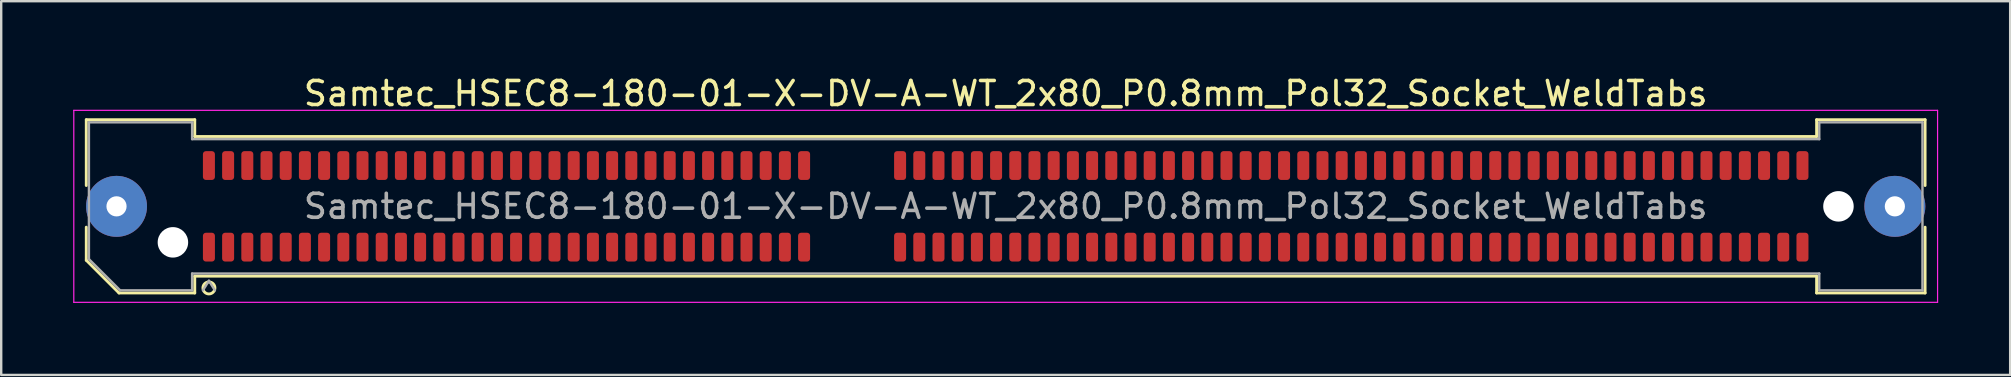
<source format=kicad_pcb>
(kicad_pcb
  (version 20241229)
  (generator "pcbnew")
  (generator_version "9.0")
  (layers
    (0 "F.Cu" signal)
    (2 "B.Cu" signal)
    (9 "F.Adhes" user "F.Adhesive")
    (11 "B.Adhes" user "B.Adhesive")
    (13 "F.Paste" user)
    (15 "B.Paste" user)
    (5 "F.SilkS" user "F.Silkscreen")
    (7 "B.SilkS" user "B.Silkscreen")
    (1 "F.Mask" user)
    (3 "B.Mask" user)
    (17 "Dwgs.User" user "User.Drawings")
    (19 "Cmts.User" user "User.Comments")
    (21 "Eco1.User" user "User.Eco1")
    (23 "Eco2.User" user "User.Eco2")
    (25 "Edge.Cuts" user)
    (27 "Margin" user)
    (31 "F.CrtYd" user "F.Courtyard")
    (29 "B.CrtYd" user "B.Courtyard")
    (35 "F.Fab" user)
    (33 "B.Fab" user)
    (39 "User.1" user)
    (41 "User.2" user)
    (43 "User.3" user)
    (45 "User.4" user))
  (footprint "Samtec_HSEC8-180-01-X-DV-A-WT_2x80_P0.8mm_Pol32_Socket_WeldTabs"
    (layer "F.Cu")
    (at 38.855 5.548)
    (property "Reference" "Samtec_HSEC8-180-01-X-DV-A-WT_2x80_P0.8mm_Pol32_Socket_WeldTabs" (at 0 -4.7 0) (layer "F.SilkS") (effects (font (size 1 1) (thickness 0.15))))
    (attr smd)
    (fp_line (start -38.31 -3.61) (end -33.79 -3.61) (stroke (width 0.12) (type solid)) (layer "F.SilkS"))
    (fp_line (start -38.31 -0.868) (end -38.31 -3.61) (stroke (width 0.12) (type solid)) (layer "F.SilkS"))
    (fp_line (start -38.31 2.246) (end -38.31 0.868) (stroke (width 0.12) (type solid)) (layer "F.SilkS"))
    (fp_line (start -36.946 3.61) (end -38.31 2.246) (stroke (width 0.12) (type solid)) (layer "F.SilkS"))
    (fp_line (start -33.79 -3.61) (end -33.79 -2.91) (stroke (width 0.12) (type solid)) (layer "F.SilkS"))
    (fp_line (start -33.79 -2.91) (end 33.79 -2.91) (stroke (width 0.12) (type solid)) (layer "F.SilkS"))
    (fp_line (start -33.79 2.91) (end -33.79 3.61) (stroke (width 0.12) (type solid)) (layer "F.SilkS"))
    (fp_line (start -33.79 3.61) (end -36.946 3.61) (stroke (width 0.12) (type solid)) (layer "F.SilkS"))
    (fp_line (start 33.79 -3.61) (end 38.31 -3.61) (stroke (width 0.12) (type solid)) (layer "F.SilkS"))
    (fp_line (start 33.79 -2.91) (end 33.79 -3.61) (stroke (width 0.12) (type solid)) (layer "F.SilkS"))
    (fp_line (start 33.79 2.91) (end -33.79 2.91) (stroke (width 0.12) (type solid)) (layer "F.SilkS"))
    (fp_line (start 33.79 3.61) (end 33.79 2.91) (stroke (width 0.12) (type solid)) (layer "F.SilkS"))
    (fp_line (start 38.31 -3.61) (end 38.31 -0.868) (stroke (width 0.12) (type solid)) (layer "F.SilkS"))
    (fp_line (start 38.31 0.868) (end 38.31 3.61) (stroke (width 0.12) (type solid)) (layer "F.SilkS"))
    (fp_line (start 38.31 3.61) (end 33.79 3.61) (stroke (width 0.12) (type solid)) (layer "F.SilkS"))
    (fp_arc (start -32.95 3.4) (mid -33.45 3.4) (end -32.95 3.4) (stroke (width 0.12) (type solid)) (layer "F.SilkS"))
    (fp_line (start -38.83 -4) (end -38.83 4) (stroke (width 0.05) (type solid)) (layer "F.CrtYd"))
    (fp_line (start -38.83 4) (end 38.83 4) (stroke (width 0.05) (type solid)) (layer "F.CrtYd"))
    (fp_line (start 38.83 -4) (end -38.83 -4) (stroke (width 0.05) (type solid)) (layer "F.CrtYd"))
    (fp_line (start 38.83 4) (end 38.83 -4) (stroke (width 0.05) (type solid)) (layer "F.CrtYd"))
    (fp_line (start -38.2 -3.5) (end -33.9 -3.5) (stroke (width 0.1) (type solid)) (layer "F.Fab"))
    (fp_line (start -38.2 2.2) (end -38.2 -3.5) (stroke (width 0.1) (type solid)) (layer "F.Fab"))
    (fp_line (start -36.9 3.5) (end -38.2 2.2) (stroke (width 0.1) (type solid)) (layer "F.Fab"))
    (fp_line (start -33.9 -3.5) (end -33.9 -2.8) (stroke (width 0.1) (type solid)) (layer "F.Fab"))
    (fp_line (start -33.9 -2.8) (end 33.9 -2.8) (stroke (width 0.1) (type solid)) (layer "F.Fab"))
    (fp_line (start -33.9 2.8) (end -33.9 3.5) (stroke (width 0.1) (type solid)) (layer "F.Fab"))
    (fp_line (start -33.9 3.5) (end -36.9 3.5) (stroke (width 0.1) (type solid)) (layer "F.Fab"))
    (fp_line (start -33.2 3.1) (end -33.45 3.5) (stroke (width 0.1) (type solid)) (layer "F.Fab"))
    (fp_line (start -33.2 3.1) (end -32.95 3.5) (stroke (width 0.1) (type solid)) (layer "F.Fab"))
    (fp_line (start 33.9 -3.5) (end 38.2 -3.5) (stroke (width 0.1) (type solid)) (layer "F.Fab"))
    (fp_line (start 33.9 -2.8) (end 33.9 -3.5) (stroke (width 0.1) (type solid)) (layer "F.Fab"))
    (fp_line (start 33.9 2.8) (end -33.9 2.8) (stroke (width 0.1) (type solid)) (layer "F.Fab"))
    (fp_line (start 33.9 3.5) (end 33.9 2.8) (stroke (width 0.1) (type solid)) (layer "F.Fab"))
    (fp_line (start 38.2 -3.5) (end 38.2 3.5) (stroke (width 0.1) (type solid)) (layer "F.Fab"))
    (fp_line (start 38.2 3.5) (end 33.9 3.5) (stroke (width 0.1) (type solid)) (layer "F.Fab"))
    (fp_text user "${REFERENCE}" (at 0 0 0) (layer "F.Fab") (effects (font (size 1 1) (thickness 0.15))))
    (pad "" thru_hole circle (at -37.05 0) (size 2.54 2.54) (drill 0.84) (layers "*.Cu" "*.Mask" "F.Paste"))
    (pad "" np_thru_hole circle (at -34.7 1.5) (size 1.27 1.27) (drill 1.27) (layers "*.Cu" "*.Mask"))
    (pad "" np_thru_hole circle (at 34.7 0) (size 1.27 1.27) (drill 1.27) (layers "*.Cu" "*.Mask"))
    (pad "" thru_hole circle (at 37.05 0) (size 2.54 2.54) (drill 0.84) (layers "*.Cu" "*.Mask" "F.Paste"))
    (pad "1" smd roundrect (at -33.2 1.7) (size 0.5 1.2) (layers "F.Cu" "F.Mask" "F.Paste") (roundrect_rratio 0.25))
    (pad "2" smd roundrect (at -33.2 -1.7) (size 0.5 1.2) (layers "F.Cu" "F.Mask" "F.Paste") (roundrect_rratio 0.25))
    (pad "3" smd roundrect (at -32.4 1.7) (size 0.5 1.2) (layers "F.Cu" "F.Mask" "F.Paste") (roundrect_rratio 0.25))
    (pad "4" smd roundrect (at -32.4 -1.7) (size 0.5 1.2) (layers "F.Cu" "F.Mask" "F.Paste") (roundrect_rratio 0.25))
    (pad "5" smd roundrect (at -31.6 1.7) (size 0.5 1.2) (layers "F.Cu" "F.Mask" "F.Paste") (roundrect_rratio 0.25))
    (pad "6" smd roundrect (at -31.6 -1.7) (size 0.5 1.2) (layers "F.Cu" "F.Mask" "F.Paste") (roundrect_rratio 0.25))
    (pad "7" smd roundrect (at -30.8 1.7) (size 0.5 1.2) (layers "F.Cu" "F.Mask" "F.Paste") (roundrect_rratio 0.25))
    (pad "8" smd roundrect (at -30.8 -1.7) (size 0.5 1.2) (layers "F.Cu" "F.Mask" "F.Paste") (roundrect_rratio 0.25))
    (pad "9" smd roundrect (at -30 1.7) (size 0.5 1.2) (layers "F.Cu" "F.Mask" "F.Paste") (roundrect_rratio 0.25))
    (pad "10" smd roundrect (at -30 -1.7) (size 0.5 1.2) (layers "F.Cu" "F.Mask" "F.Paste") (roundrect_rratio 0.25))
    (pad "11" smd roundrect (at -29.2 1.7) (size 0.5 1.2) (layers "F.Cu" "F.Mask" "F.Paste") (roundrect_rratio 0.25))
    (pad "12" smd roundrect (at -29.2 -1.7) (size 0.5 1.2) (layers "F.Cu" "F.Mask" "F.Paste") (roundrect_rratio 0.25))
    (pad "13" smd roundrect (at -28.4 1.7) (size 0.5 1.2) (layers "F.Cu" "F.Mask" "F.Paste") (roundrect_rratio 0.25))
    (pad "14" smd roundrect (at -28.4 -1.7) (size 0.5 1.2) (layers "F.Cu" "F.Mask" "F.Paste") (roundrect_rratio 0.25))
    (pad "15" smd roundrect (at -27.6 1.7) (size 0.5 1.2) (layers "F.Cu" "F.Mask" "F.Paste") (roundrect_rratio 0.25))
    (pad "16" smd roundrect (at -27.6 -1.7) (size 0.5 1.2) (layers "F.Cu" "F.Mask" "F.Paste") (roundrect_rratio 0.25))
    (pad "17" smd roundrect (at -26.8 1.7) (size 0.5 1.2) (layers "F.Cu" "F.Mask" "F.Paste") (roundrect_rratio 0.25))
    (pad "18" smd roundrect (at -26.8 -1.7) (size 0.5 1.2) (layers "F.Cu" "F.Mask" "F.Paste") (roundrect_rratio 0.25))
    (pad "19" smd roundrect (at -26 1.7) (size 0.5 1.2) (layers "F.Cu" "F.Mask" "F.Paste") (roundrect_rratio 0.25))
    (pad "20" smd roundrect (at -26 -1.7) (size 0.5 1.2) (layers "F.Cu" "F.Mask" "F.Paste") (roundrect_rratio 0.25))
    (pad "21" smd roundrect (at -25.2 1.7) (size 0.5 1.2) (layers "F.Cu" "F.Mask" "F.Paste") (roundrect_rratio 0.25))
    (pad "22" smd roundrect (at -25.2 -1.7) (size 0.5 1.2) (layers "F.Cu" "F.Mask" "F.Paste") (roundrect_rratio 0.25))
    (pad "23" smd roundrect (at -24.4 1.7) (size 0.5 1.2) (layers "F.Cu" "F.Mask" "F.Paste") (roundrect_rratio 0.25))
    (pad "24" smd roundrect (at -24.4 -1.7) (size 0.5 1.2) (layers "F.Cu" "F.Mask" "F.Paste") (roundrect_rratio 0.25))
    (pad "25" smd roundrect (at -23.6 1.7) (size 0.5 1.2) (layers "F.Cu" "F.Mask" "F.Paste") (roundrect_rratio 0.25))
    (pad "26" smd roundrect (at -23.6 -1.7) (size 0.5 1.2) (layers "F.Cu" "F.Mask" "F.Paste") (roundrect_rratio 0.25))
    (pad "27" smd roundrect (at -22.8 1.7) (size 0.5 1.2) (layers "F.Cu" "F.Mask" "F.Paste") (roundrect_rratio 0.25))
    (pad "28" smd roundrect (at -22.8 -1.7) (size 0.5 1.2) (layers "F.Cu" "F.Mask" "F.Paste") (roundrect_rratio 0.25))
    (pad "29" smd roundrect (at -22 1.7) (size 0.5 1.2) (layers "F.Cu" "F.Mask" "F.Paste") (roundrect_rratio 0.25))
    (pad "30" smd roundrect (at -22 -1.7) (size 0.5 1.2) (layers "F.Cu" "F.Mask" "F.Paste") (roundrect_rratio 0.25))
    (pad "31" smd roundrect (at -21.2 1.7) (size 0.5 1.2) (layers "F.Cu" "F.Mask" "F.Paste") (roundrect_rratio 0.25))
    (pad "32" smd roundrect (at -21.2 -1.7) (size 0.5 1.2) (layers "F.Cu" "F.Mask" "F.Paste") (roundrect_rratio 0.25))
    (pad "33" smd roundrect (at -20.4 1.7) (size 0.5 1.2) (layers "F.Cu" "F.Mask" "F.Paste") (roundrect_rratio 0.25))
    (pad "34" smd roundrect (at -20.4 -1.7) (size 0.5 1.2) (layers "F.Cu" "F.Mask" "F.Paste") (roundrect_rratio 0.25))
    (pad "35" smd roundrect (at -19.6 1.7) (size 0.5 1.2) (layers "F.Cu" "F.Mask" "F.Paste") (roundrect_rratio 0.25))
    (pad "36" smd roundrect (at -19.6 -1.7) (size 0.5 1.2) (layers "F.Cu" "F.Mask" "F.Paste") (roundrect_rratio 0.25))
    (pad "37" smd roundrect (at -18.8 1.7) (size 0.5 1.2) (layers "F.Cu" "F.Mask" "F.Paste") (roundrect_rratio 0.25))
    (pad "38" smd roundrect (at -18.8 -1.7) (size 0.5 1.2) (layers "F.Cu" "F.Mask" "F.Paste") (roundrect_rratio 0.25))
    (pad "39" smd roundrect (at -18 1.7) (size 0.5 1.2) (layers "F.Cu" "F.Mask" "F.Paste") (roundrect_rratio 0.25))
    (pad "40" smd roundrect (at -18 -1.7) (size 0.5 1.2) (layers "F.Cu" "F.Mask" "F.Paste") (roundrect_rratio 0.25))
    (pad "41" smd roundrect (at -17.2 1.7) (size 0.5 1.2) (layers "F.Cu" "F.Mask" "F.Paste") (roundrect_rratio 0.25))
    (pad "42" smd roundrect (at -17.2 -1.7) (size 0.5 1.2) (layers "F.Cu" "F.Mask" "F.Paste") (roundrect_rratio 0.25))
    (pad "43" smd roundrect (at -16.4 1.7) (size 0.5 1.2) (layers "F.Cu" "F.Mask" "F.Paste") (roundrect_rratio 0.25))
    (pad "44" smd roundrect (at -16.4 -1.7) (size 0.5 1.2) (layers "F.Cu" "F.Mask" "F.Paste") (roundrect_rratio 0.25))
    (pad "45" smd roundrect (at -15.6 1.7) (size 0.5 1.2) (layers "F.Cu" "F.Mask" "F.Paste") (roundrect_rratio 0.25))
    (pad "46" smd roundrect (at -15.6 -1.7) (size 0.5 1.2) (layers "F.Cu" "F.Mask" "F.Paste") (roundrect_rratio 0.25))
    (pad "47" smd roundrect (at -14.8 1.7) (size 0.5 1.2) (layers "F.Cu" "F.Mask" "F.Paste") (roundrect_rratio 0.25))
    (pad "48" smd roundrect (at -14.8 -1.7) (size 0.5 1.2) (layers "F.Cu" "F.Mask" "F.Paste") (roundrect_rratio 0.25))
    (pad "49" smd roundrect (at -14 1.7) (size 0.5 1.2) (layers "F.Cu" "F.Mask" "F.Paste") (roundrect_rratio 0.25))
    (pad "50" smd roundrect (at -14 -1.7) (size 0.5 1.2) (layers "F.Cu" "F.Mask" "F.Paste") (roundrect_rratio 0.25))
    (pad "51" smd roundrect (at -13.2 1.7) (size 0.5 1.2) (layers "F.Cu" "F.Mask" "F.Paste") (roundrect_rratio 0.25))
    (pad "52" smd roundrect (at -13.2 -1.7) (size 0.5 1.2) (layers "F.Cu" "F.Mask" "F.Paste") (roundrect_rratio 0.25))
    (pad "53" smd roundrect (at -12.4 1.7) (size 0.5 1.2) (layers "F.Cu" "F.Mask" "F.Paste") (roundrect_rratio 0.25))
    (pad "54" smd roundrect (at -12.4 -1.7) (size 0.5 1.2) (layers "F.Cu" "F.Mask" "F.Paste") (roundrect_rratio 0.25))
    (pad "55" smd roundrect (at -11.6 1.7) (size 0.5 1.2) (layers "F.Cu" "F.Mask" "F.Paste") (roundrect_rratio 0.25))
    (pad "56" smd roundrect (at -11.6 -1.7) (size 0.5 1.2) (layers "F.Cu" "F.Mask" "F.Paste") (roundrect_rratio 0.25))
    (pad "57" smd roundrect (at -10.8 1.7) (size 0.5 1.2) (layers "F.Cu" "F.Mask" "F.Paste") (roundrect_rratio 0.25))
    (pad "58" smd roundrect (at -10.8 -1.7) (size 0.5 1.2) (layers "F.Cu" "F.Mask" "F.Paste") (roundrect_rratio 0.25))
    (pad "59" smd roundrect (at -10 1.7) (size 0.5 1.2) (layers "F.Cu" "F.Mask" "F.Paste") (roundrect_rratio 0.25))
    (pad "60" smd roundrect (at -10 -1.7) (size 0.5 1.2) (layers "F.Cu" "F.Mask" "F.Paste") (roundrect_rratio 0.25))
    (pad "61" smd roundrect (at -9.2 1.7) (size 0.5 1.2) (layers "F.Cu" "F.Mask" "F.Paste") (roundrect_rratio 0.25))
    (pad "62" smd roundrect (at -9.2 -1.7) (size 0.5 1.2) (layers "F.Cu" "F.Mask" "F.Paste") (roundrect_rratio 0.25))
    (pad "63" smd roundrect (at -8.4 1.7) (size 0.5 1.2) (layers "F.Cu" "F.Mask" "F.Paste") (roundrect_rratio 0.25))
    (pad "64" smd roundrect (at -8.4 -1.7) (size 0.5 1.2) (layers "F.Cu" "F.Mask" "F.Paste") (roundrect_rratio 0.25))
    (pad "65" smd roundrect (at -4.4 1.7) (size 0.5 1.2) (layers "F.Cu" "F.Mask" "F.Paste") (roundrect_rratio 0.25))
    (pad "66" smd roundrect (at -4.4 -1.7) (size 0.5 1.2) (layers "F.Cu" "F.Mask" "F.Paste") (roundrect_rratio 0.25))
    (pad "67" smd roundrect (at -3.6 1.7) (size 0.5 1.2) (layers "F.Cu" "F.Mask" "F.Paste") (roundrect_rratio 0.25))
    (pad "68" smd roundrect (at -3.6 -1.7) (size 0.5 1.2) (layers "F.Cu" "F.Mask" "F.Paste") (roundrect_rratio 0.25))
    (pad "69" smd roundrect (at -2.8 1.7) (size 0.5 1.2) (layers "F.Cu" "F.Mask" "F.Paste") (roundrect_rratio 0.25))
    (pad "70" smd roundrect (at -2.8 -1.7) (size 0.5 1.2) (layers "F.Cu" "F.Mask" "F.Paste") (roundrect_rratio 0.25))
    (pad "71" smd roundrect (at -2 1.7) (size 0.5 1.2) (layers "F.Cu" "F.Mask" "F.Paste") (roundrect_rratio 0.25))
    (pad "72" smd roundrect (at -2 -1.7) (size 0.5 1.2) (layers "F.Cu" "F.Mask" "F.Paste") (roundrect_rratio 0.25))
    (pad "73" smd roundrect (at -1.2 1.7) (size 0.5 1.2) (layers "F.Cu" "F.Mask" "F.Paste") (roundrect_rratio 0.25))
    (pad "74" smd roundrect (at -1.2 -1.7) (size 0.5 1.2) (layers "F.Cu" "F.Mask" "F.Paste") (roundrect_rratio 0.25))
    (pad "75" smd roundrect (at -0.4 1.7) (size 0.5 1.2) (layers "F.Cu" "F.Mask" "F.Paste") (roundrect_rratio 0.25))
    (pad "76" smd roundrect (at -0.4 -1.7) (size 0.5 1.2) (layers "F.Cu" "F.Mask" "F.Paste") (roundrect_rratio 0.25))
    (pad "77" smd roundrect (at 0.4 1.7) (size 0.5 1.2) (layers "F.Cu" "F.Mask" "F.Paste") (roundrect_rratio 0.25))
    (pad "78" smd roundrect (at 0.4 -1.7) (size 0.5 1.2) (layers "F.Cu" "F.Mask" "F.Paste") (roundrect_rratio 0.25))
    (pad "79" smd roundrect (at 1.2 1.7) (size 0.5 1.2) (layers "F.Cu" "F.Mask" "F.Paste") (roundrect_rratio 0.25))
    (pad "80" smd roundrect (at 1.2 -1.7) (size 0.5 1.2) (layers "F.Cu" "F.Mask" "F.Paste") (roundrect_rratio 0.25))
    (pad "81" smd roundrect (at 2 1.7) (size 0.5 1.2) (layers "F.Cu" "F.Mask" "F.Paste") (roundrect_rratio 0.25))
    (pad "82" smd roundrect (at 2 -1.7) (size 0.5 1.2) (layers "F.Cu" "F.Mask" "F.Paste") (roundrect_rratio 0.25))
    (pad "83" smd roundrect (at 2.8 1.7) (size 0.5 1.2) (layers "F.Cu" "F.Mask" "F.Paste") (roundrect_rratio 0.25))
    (pad "84" smd roundrect (at 2.8 -1.7) (size 0.5 1.2) (layers "F.Cu" "F.Mask" "F.Paste") (roundrect_rratio 0.25))
    (pad "85" smd roundrect (at 3.6 1.7) (size 0.5 1.2) (layers "F.Cu" "F.Mask" "F.Paste") (roundrect_rratio 0.25))
    (pad "86" smd roundrect (at 3.6 -1.7) (size 0.5 1.2) (layers "F.Cu" "F.Mask" "F.Paste") (roundrect_rratio 0.25))
    (pad "87" smd roundrect (at 4.4 1.7) (size 0.5 1.2) (layers "F.Cu" "F.Mask" "F.Paste") (roundrect_rratio 0.25))
    (pad "88" smd roundrect (at 4.4 -1.7) (size 0.5 1.2) (layers "F.Cu" "F.Mask" "F.Paste") (roundrect_rratio 0.25))
    (pad "89" smd roundrect (at 5.2 1.7) (size 0.5 1.2) (layers "F.Cu" "F.Mask" "F.Paste") (roundrect_rratio 0.25))
    (pad "90" smd roundrect (at 5.2 -1.7) (size 0.5 1.2) (layers "F.Cu" "F.Mask" "F.Paste") (roundrect_rratio 0.25))
    (pad "91" smd roundrect (at 6 1.7) (size 0.5 1.2) (layers "F.Cu" "F.Mask" "F.Paste") (roundrect_rratio 0.25))
    (pad "92" smd roundrect (at 6 -1.7) (size 0.5 1.2) (layers "F.Cu" "F.Mask" "F.Paste") (roundrect_rratio 0.25))
    (pad "93" smd roundrect (at 6.8 1.7) (size 0.5 1.2) (layers "F.Cu" "F.Mask" "F.Paste") (roundrect_rratio 0.25))
    (pad "94" smd roundrect (at 6.8 -1.7) (size 0.5 1.2) (layers "F.Cu" "F.Mask" "F.Paste") (roundrect_rratio 0.25))
    (pad "95" smd roundrect (at 7.6 1.7) (size 0.5 1.2) (layers "F.Cu" "F.Mask" "F.Paste") (roundrect_rratio 0.25))
    (pad "96" smd roundrect (at 7.6 -1.7) (size 0.5 1.2) (layers "F.Cu" "F.Mask" "F.Paste") (roundrect_rratio 0.25))
    (pad "97" smd roundrect (at 8.4 1.7) (size 0.5 1.2) (layers "F.Cu" "F.Mask" "F.Paste") (roundrect_rratio 0.25))
    (pad "98" smd roundrect (at 8.4 -1.7) (size 0.5 1.2) (layers "F.Cu" "F.Mask" "F.Paste") (roundrect_rratio 0.25))
    (pad "99" smd roundrect (at 9.2 1.7) (size 0.5 1.2) (layers "F.Cu" "F.Mask" "F.Paste") (roundrect_rratio 0.25))
    (pad "100" smd roundrect (at 9.2 -1.7) (size 0.5 1.2) (layers "F.Cu" "F.Mask" "F.Paste") (roundrect_rratio 0.25))
    (pad "101" smd roundrect (at 10 1.7) (size 0.5 1.2) (layers "F.Cu" "F.Mask" "F.Paste") (roundrect_rratio 0.25))
    (pad "102" smd roundrect (at 10 -1.7) (size 0.5 1.2) (layers "F.Cu" "F.Mask" "F.Paste") (roundrect_rratio 0.25))
    (pad "103" smd roundrect (at 10.8 1.7) (size 0.5 1.2) (layers "F.Cu" "F.Mask" "F.Paste") (roundrect_rratio 0.25))
    (pad "104" smd roundrect (at 10.8 -1.7) (size 0.5 1.2) (layers "F.Cu" "F.Mask" "F.Paste") (roundrect_rratio 0.25))
    (pad "105" smd roundrect (at 11.6 1.7) (size 0.5 1.2) (layers "F.Cu" "F.Mask" "F.Paste") (roundrect_rratio 0.25))
    (pad "106" smd roundrect (at 11.6 -1.7) (size 0.5 1.2) (layers "F.Cu" "F.Mask" "F.Paste") (roundrect_rratio 0.25))
    (pad "107" smd roundrect (at 12.4 1.7) (size 0.5 1.2) (layers "F.Cu" "F.Mask" "F.Paste") (roundrect_rratio 0.25))
    (pad "108" smd roundrect (at 12.4 -1.7) (size 0.5 1.2) (layers "F.Cu" "F.Mask" "F.Paste") (roundrect_rratio 0.25))
    (pad "109" smd roundrect (at 13.2 1.7) (size 0.5 1.2) (layers "F.Cu" "F.Mask" "F.Paste") (roundrect_rratio 0.25))
    (pad "110" smd roundrect (at 13.2 -1.7) (size 0.5 1.2) (layers "F.Cu" "F.Mask" "F.Paste") (roundrect_rratio 0.25))
    (pad "111" smd roundrect (at 14 1.7) (size 0.5 1.2) (layers "F.Cu" "F.Mask" "F.Paste") (roundrect_rratio 0.25))
    (pad "112" smd roundrect (at 14 -1.7) (size 0.5 1.2) (layers "F.Cu" "F.Mask" "F.Paste") (roundrect_rratio 0.25))
    (pad "113" smd roundrect (at 14.8 1.7) (size 0.5 1.2) (layers "F.Cu" "F.Mask" "F.Paste") (roundrect_rratio 0.25))
    (pad "114" smd roundrect (at 14.8 -1.7) (size 0.5 1.2) (layers "F.Cu" "F.Mask" "F.Paste") (roundrect_rratio 0.25))
    (pad "115" smd roundrect (at 15.6 1.7) (size 0.5 1.2) (layers "F.Cu" "F.Mask" "F.Paste") (roundrect_rratio 0.25))
    (pad "116" smd roundrect (at 15.6 -1.7) (size 0.5 1.2) (layers "F.Cu" "F.Mask" "F.Paste") (roundrect_rratio 0.25))
    (pad "117" smd roundrect (at 16.4 1.7) (size 0.5 1.2) (layers "F.Cu" "F.Mask" "F.Paste") (roundrect_rratio 0.25))
    (pad "118" smd roundrect (at 16.4 -1.7) (size 0.5 1.2) (layers "F.Cu" "F.Mask" "F.Paste") (roundrect_rratio 0.25))
    (pad "119" smd roundrect (at 17.2 1.7) (size 0.5 1.2) (layers "F.Cu" "F.Mask" "F.Paste") (roundrect_rratio 0.25))
    (pad "120" smd roundrect (at 17.2 -1.7) (size 0.5 1.2) (layers "F.Cu" "F.Mask" "F.Paste") (roundrect_rratio 0.25))
    (pad "121" smd roundrect (at 18 1.7) (size 0.5 1.2) (layers "F.Cu" "F.Mask" "F.Paste") (roundrect_rratio 0.25))
    (pad "122" smd roundrect (at 18 -1.7) (size 0.5 1.2) (layers "F.Cu" "F.Mask" "F.Paste") (roundrect_rratio 0.25))
    (pad "123" smd roundrect (at 18.8 1.7) (size 0.5 1.2) (layers "F.Cu" "F.Mask" "F.Paste") (roundrect_rratio 0.25))
    (pad "124" smd roundrect (at 18.8 -1.7) (size 0.5 1.2) (layers "F.Cu" "F.Mask" "F.Paste") (roundrect_rratio 0.25))
    (pad "125" smd roundrect (at 19.6 1.7) (size 0.5 1.2) (layers "F.Cu" "F.Mask" "F.Paste") (roundrect_rratio 0.25))
    (pad "126" smd roundrect (at 19.6 -1.7) (size 0.5 1.2) (layers "F.Cu" "F.Mask" "F.Paste") (roundrect_rratio 0.25))
    (pad "127" smd roundrect (at 20.4 1.7) (size 0.5 1.2) (layers "F.Cu" "F.Mask" "F.Paste") (roundrect_rratio 0.25))
    (pad "128" smd roundrect (at 20.4 -1.7) (size 0.5 1.2) (layers "F.Cu" "F.Mask" "F.Paste") (roundrect_rratio 0.25))
    (pad "129" smd roundrect (at 21.2 1.7) (size 0.5 1.2) (layers "F.Cu" "F.Mask" "F.Paste") (roundrect_rratio 0.25))
    (pad "130" smd roundrect (at 21.2 -1.7) (size 0.5 1.2) (layers "F.Cu" "F.Mask" "F.Paste") (roundrect_rratio 0.25))
    (pad "131" smd roundrect (at 22 1.7) (size 0.5 1.2) (layers "F.Cu" "F.Mask" "F.Paste") (roundrect_rratio 0.25))
    (pad "132" smd roundrect (at 22 -1.7) (size 0.5 1.2) (layers "F.Cu" "F.Mask" "F.Paste") (roundrect_rratio 0.25))
    (pad "133" smd roundrect (at 22.8 1.7) (size 0.5 1.2) (layers "F.Cu" "F.Mask" "F.Paste") (roundrect_rratio 0.25))
    (pad "134" smd roundrect (at 22.8 -1.7) (size 0.5 1.2) (layers "F.Cu" "F.Mask" "F.Paste") (roundrect_rratio 0.25))
    (pad "135" smd roundrect (at 23.6 1.7) (size 0.5 1.2) (layers "F.Cu" "F.Mask" "F.Paste") (roundrect_rratio 0.25))
    (pad "136" smd roundrect (at 23.6 -1.7) (size 0.5 1.2) (layers "F.Cu" "F.Mask" "F.Paste") (roundrect_rratio 0.25))
    (pad "137" smd roundrect (at 24.4 1.7) (size 0.5 1.2) (layers "F.Cu" "F.Mask" "F.Paste") (roundrect_rratio 0.25))
    (pad "138" smd roundrect (at 24.4 -1.7) (size 0.5 1.2) (layers "F.Cu" "F.Mask" "F.Paste") (roundrect_rratio 0.25))
    (pad "139" smd roundrect (at 25.2 1.7) (size 0.5 1.2) (layers "F.Cu" "F.Mask" "F.Paste") (roundrect_rratio 0.25))
    (pad "140" smd roundrect (at 25.2 -1.7) (size 0.5 1.2) (layers "F.Cu" "F.Mask" "F.Paste") (roundrect_rratio 0.25))
    (pad "141" smd roundrect (at 26 1.7) (size 0.5 1.2) (layers "F.Cu" "F.Mask" "F.Paste") (roundrect_rratio 0.25))
    (pad "142" smd roundrect (at 26 -1.7) (size 0.5 1.2) (layers "F.Cu" "F.Mask" "F.Paste") (roundrect_rratio 0.25))
    (pad "143" smd roundrect (at 26.8 1.7) (size 0.5 1.2) (layers "F.Cu" "F.Mask" "F.Paste") (roundrect_rratio 0.25))
    (pad "144" smd roundrect (at 26.8 -1.7) (size 0.5 1.2) (layers "F.Cu" "F.Mask" "F.Paste") (roundrect_rratio 0.25))
    (pad "145" smd roundrect (at 27.6 1.7) (size 0.5 1.2) (layers "F.Cu" "F.Mask" "F.Paste") (roundrect_rratio 0.25))
    (pad "146" smd roundrect (at 27.6 -1.7) (size 0.5 1.2) (layers "F.Cu" "F.Mask" "F.Paste") (roundrect_rratio 0.25))
    (pad "147" smd roundrect (at 28.4 1.7) (size 0.5 1.2) (layers "F.Cu" "F.Mask" "F.Paste") (roundrect_rratio 0.25))
    (pad "148" smd roundrect (at 28.4 -1.7) (size 0.5 1.2) (layers "F.Cu" "F.Mask" "F.Paste") (roundrect_rratio 0.25))
    (pad "149" smd roundrect (at 29.2 1.7) (size 0.5 1.2) (layers "F.Cu" "F.Mask" "F.Paste") (roundrect_rratio 0.25))
    (pad "150" smd roundrect (at 29.2 -1.7) (size 0.5 1.2) (layers "F.Cu" "F.Mask" "F.Paste") (roundrect_rratio 0.25))
    (pad "151" smd roundrect (at 30 1.7) (size 0.5 1.2) (layers "F.Cu" "F.Mask" "F.Paste") (roundrect_rratio 0.25))
    (pad "152" smd roundrect (at 30 -1.7) (size 0.5 1.2) (layers "F.Cu" "F.Mask" "F.Paste") (roundrect_rratio 0.25))
    (pad "153" smd roundrect (at 30.8 1.7) (size 0.5 1.2) (layers "F.Cu" "F.Mask" "F.Paste") (roundrect_rratio 0.25))
    (pad "154" smd roundrect (at 30.8 -1.7) (size 0.5 1.2) (layers "F.Cu" "F.Mask" "F.Paste") (roundrect_rratio 0.25))
    (pad "155" smd roundrect (at 31.6 1.7) (size 0.5 1.2) (layers "F.Cu" "F.Mask" "F.Paste") (roundrect_rratio 0.25))
    (pad "156" smd roundrect (at 31.6 -1.7) (size 0.5 1.2) (layers "F.Cu" "F.Mask" "F.Paste") (roundrect_rratio 0.25))
    (pad "157" smd roundrect (at 32.4 1.7) (size 0.5 1.2) (layers "F.Cu" "F.Mask" "F.Paste") (roundrect_rratio 0.25))
    (pad "158" smd roundrect (at 32.4 -1.7) (size 0.5 1.2) (layers "F.Cu" "F.Mask" "F.Paste") (roundrect_rratio 0.25))
    (pad "159" smd roundrect (at 33.2 1.7) (size 0.5 1.2) (layers "F.Cu" "F.Mask" "F.Paste") (roundrect_rratio 0.25))
    (pad "160" smd roundrect (at 33.2 -1.7) (size 0.5 1.2) (layers "F.Cu" "F.Mask" "F.Paste") (roundrect_rratio 0.25)))
  (gr_rect
    (start -3 -3)
    (end 80.71 12.573)
    (stroke (width 0.1) (type default))
    (fill no)
    (layer "Edge.Cuts")))
</source>
